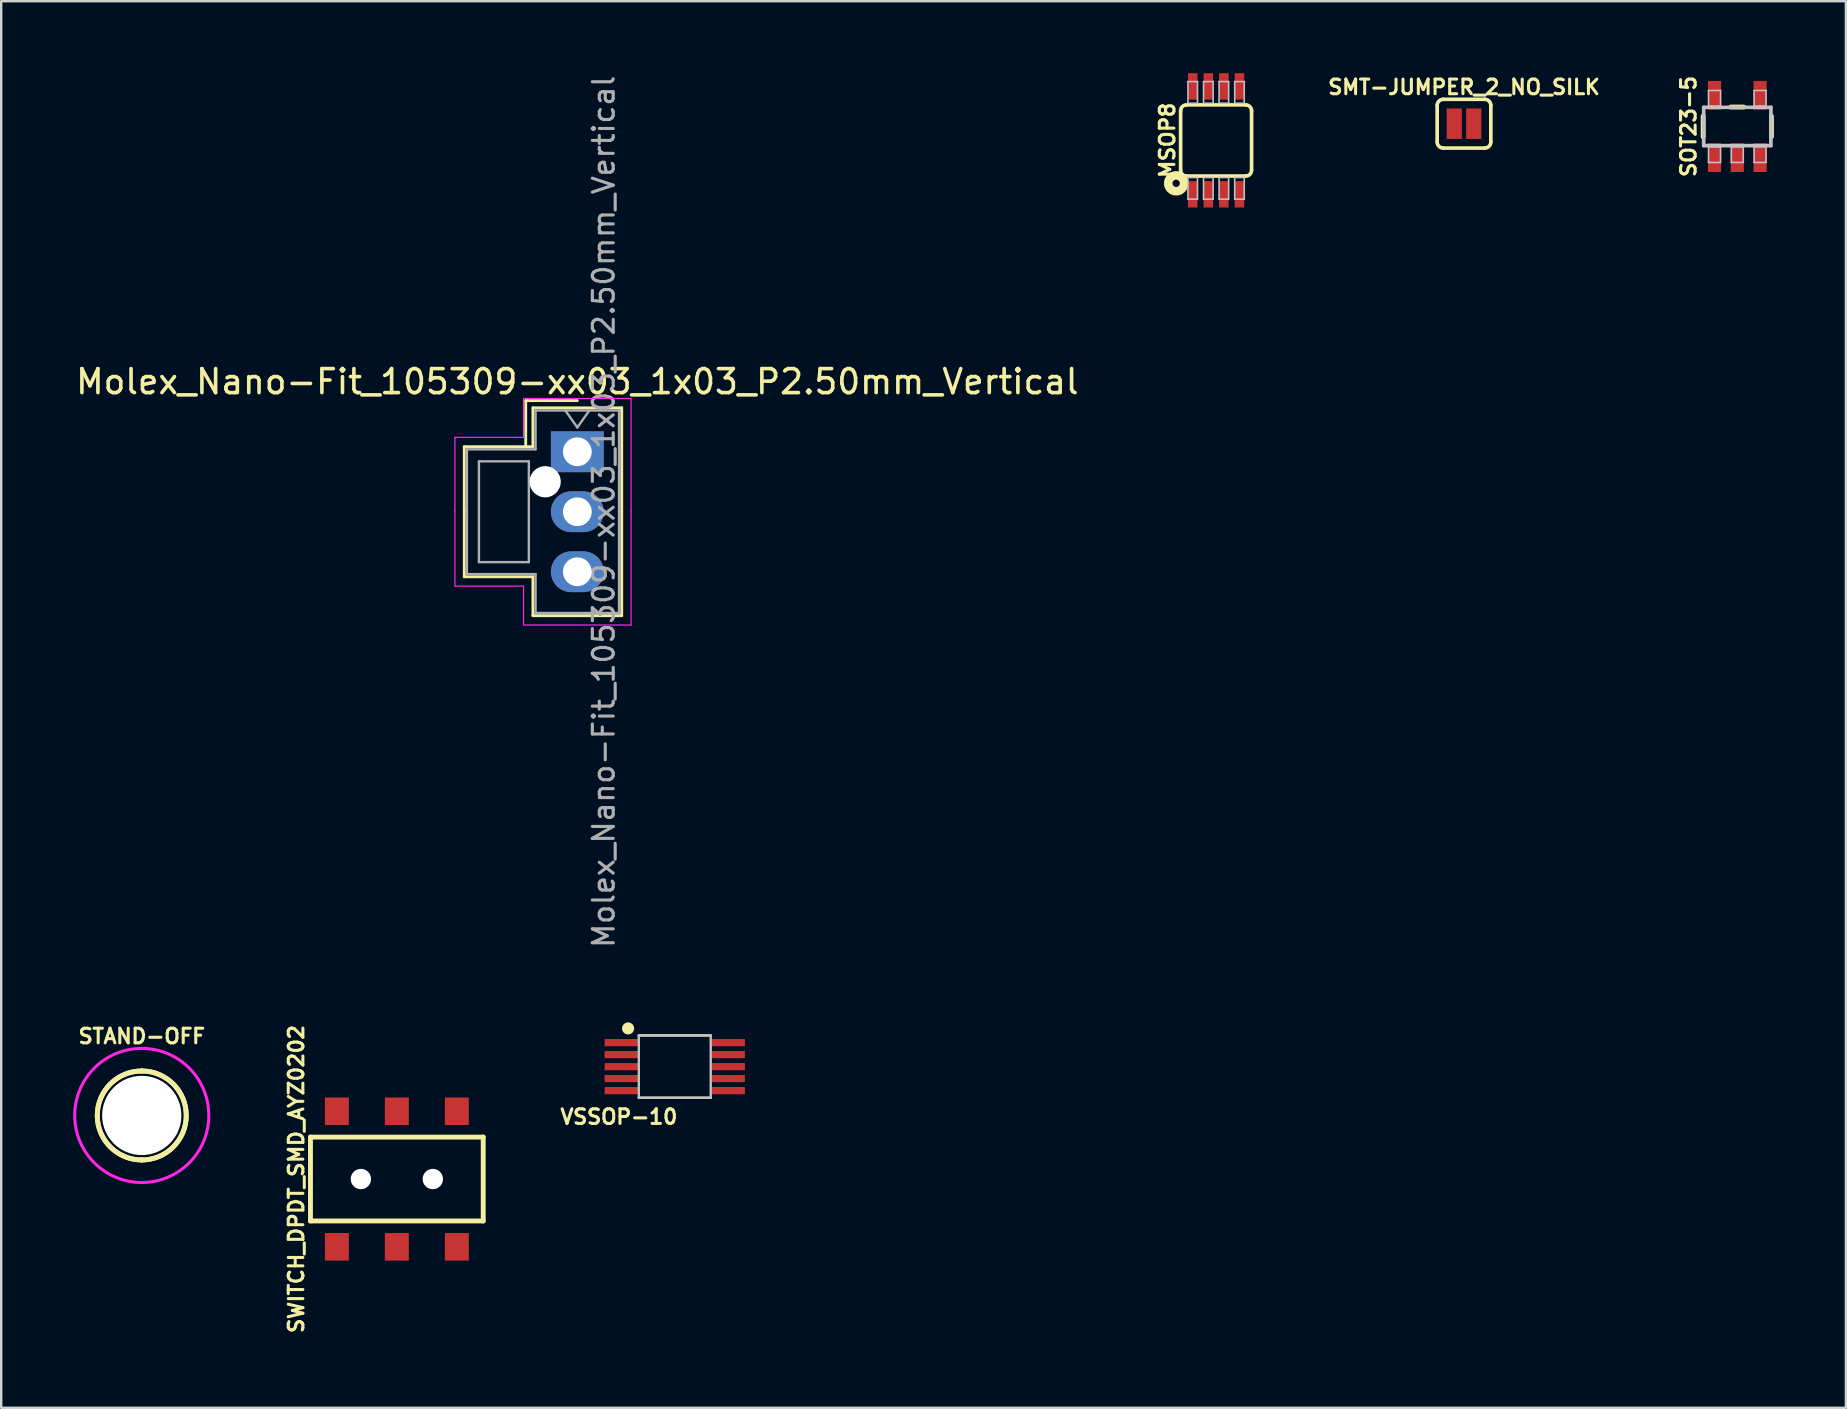
<source format=kicad_pcb>
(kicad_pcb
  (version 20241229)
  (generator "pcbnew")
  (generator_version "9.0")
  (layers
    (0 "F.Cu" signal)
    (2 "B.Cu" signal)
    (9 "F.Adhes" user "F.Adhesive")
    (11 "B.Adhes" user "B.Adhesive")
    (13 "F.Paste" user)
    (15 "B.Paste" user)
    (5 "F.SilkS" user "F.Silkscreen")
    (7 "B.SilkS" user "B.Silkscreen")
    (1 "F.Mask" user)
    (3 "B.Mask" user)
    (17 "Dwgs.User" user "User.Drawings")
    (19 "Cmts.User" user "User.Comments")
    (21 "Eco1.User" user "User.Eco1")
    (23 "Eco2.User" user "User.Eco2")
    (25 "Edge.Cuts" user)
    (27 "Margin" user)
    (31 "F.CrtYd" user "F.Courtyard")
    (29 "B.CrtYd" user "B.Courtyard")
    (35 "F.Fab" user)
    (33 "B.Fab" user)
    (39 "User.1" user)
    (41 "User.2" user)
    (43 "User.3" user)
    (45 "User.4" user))
  (footprint "STAND-OFF"
    (layer "F.Cu")
    (at 2.857 43.43)
    (property "Reference" "STAND-OFF" (at 0 -3.302 0) (layer "F.SilkS") (effects (font (size 0.61 0.61) (thickness 0.127))))
    (attr exclude_from_pos_files exclude_from_bom)
    (fp_arc (start 0 -1.8542) (mid 1.8542 0) (end 0 1.8542) (stroke (width 0.2032) (type solid)) (layer "F.SilkS"))
    (fp_arc (start 0 -1.8542) (mid 1.8542 0) (end 0 1.8542) (stroke (width 0.2032) (type solid)) (layer "F.SilkS"))
    (fp_arc (start 0 1.8542) (mid -1.8542 0) (end 0 -1.8542) (stroke (width 0.2032) (type solid)) (layer "F.SilkS"))
    (fp_arc (start 0 1.8542) (mid -1.8542 0) (end 0 -1.8542) (stroke (width 0.2032) (type solid)) (layer "F.SilkS"))
    (fp_circle (center 0 0) (end 0 -2.794) (stroke (width 0.127) (type solid)) (fill no) (layer "F.CrtYd"))
    (pad "" np_thru_hole circle (at 0 0) (size 3.302 3.302) (drill 3.302) (layers "*.Cu" "*.Mask")))
  (footprint "SOT23-5"
    (layer "F.Cu")
    (at 69.341 2.22)
    (property "Reference" "SOT23-5" (at -2.032 0 90) (layer "F.SilkS") (effects (font (size 0.61 0.61) (thickness 0.127))))
    (attr smd)
    (fp_line (start -1.422 0.429) (end -1.422 -0.429) (stroke (width 0.203) (type solid)) (layer "F.SilkS"))
    (fp_line (start -0.267 -0.81) (end 0.267 -0.81) (stroke (width 0.203) (type solid)) (layer "F.SilkS"))
    (fp_line (start 1.422 -0.429) (end 1.422 0.429) (stroke (width 0.203) (type solid)) (layer "F.SilkS"))
    (fp_line (start -1.4 -0.798) (end -1.4 0.798) (stroke (width 0.152) (type solid)) (layer "Dwgs.User"))
    (fp_line (start -1.4 -0.798) (end 1.4 -0.798) (stroke (width 0.152) (type solid)) (layer "Dwgs.User"))
    (fp_line (start -1.199 -1.499) (end -0.699 -1.499) (stroke (width 0.066) (type solid)) (layer "Dwgs.User"))
    (fp_line (start -1.199 -0.848) (end -1.199 -1.499) (stroke (width 0.066) (type solid)) (layer "Dwgs.User"))
    (fp_line (start -1.199 -0.848) (end -0.699 -0.848) (stroke (width 0.066) (type solid)) (layer "Dwgs.User"))
    (fp_line (start -1.199 0.848) (end -0.699 0.848) (stroke (width 0.066) (type solid)) (layer "Dwgs.User"))
    (fp_line (start -1.199 1.499) (end -1.199 0.848) (stroke (width 0.066) (type solid)) (layer "Dwgs.User"))
    (fp_line (start -1.199 1.499) (end -0.699 1.499) (stroke (width 0.066) (type solid)) (layer "Dwgs.User"))
    (fp_line (start -0.699 -0.848) (end -0.699 -1.499) (stroke (width 0.066) (type solid)) (layer "Dwgs.User"))
    (fp_line (start -0.699 1.499) (end -0.699 0.848) (stroke (width 0.066) (type solid)) (layer "Dwgs.User"))
    (fp_line (start -0.249 0.848) (end 0.249 0.848) (stroke (width 0.066) (type solid)) (layer "Dwgs.User"))
    (fp_line (start -0.249 1.499) (end -0.249 0.848) (stroke (width 0.066) (type solid)) (layer "Dwgs.User"))
    (fp_line (start -0.249 1.499) (end 0.249 1.499) (stroke (width 0.066) (type solid)) (layer "Dwgs.User"))
    (fp_line (start 0.249 1.499) (end 0.249 0.848) (stroke (width 0.066) (type solid)) (layer "Dwgs.User"))
    (fp_line (start 0.699 -1.499) (end 1.199 -1.499) (stroke (width 0.066) (type solid)) (layer "Dwgs.User"))
    (fp_line (start 0.699 -0.848) (end 0.699 -1.499) (stroke (width 0.066) (type solid)) (layer "Dwgs.User"))
    (fp_line (start 0.699 -0.848) (end 1.199 -0.848) (stroke (width 0.066) (type solid)) (layer "Dwgs.User"))
    (fp_line (start 0.699 0.848) (end 1.199 0.848) (stroke (width 0.066) (type solid)) (layer "Dwgs.User"))
    (fp_line (start 0.699 1.499) (end 0.699 0.848) (stroke (width 0.066) (type solid)) (layer "Dwgs.User"))
    (fp_line (start 0.699 1.499) (end 1.199 1.499) (stroke (width 0.066) (type solid)) (layer "Dwgs.User"))
    (fp_line (start 1.199 -0.848) (end 1.199 -1.499) (stroke (width 0.066) (type solid)) (layer "Dwgs.User"))
    (fp_line (start 1.199 1.499) (end 1.199 0.848) (stroke (width 0.066) (type solid)) (layer "Dwgs.User"))
    (fp_line (start 1.4 -0.798) (end 1.4 0.798) (stroke (width 0.152) (type solid)) (layer "Dwgs.User"))
    (fp_line (start 1.4 0.798) (end -1.4 0.798) (stroke (width 0.152) (type solid)) (layer "Dwgs.User"))
    (pad "1" smd rect (at -0.95 1.298) (size 0.549 1.199) (layers "F.Cu" "F.Mask" "F.Paste"))
    (pad "2" smd rect (at 0 1.298) (size 0.549 1.199) (layers "F.Cu" "F.Mask" "F.Paste"))
    (pad "3" smd rect (at 0.95 1.298) (size 0.549 1.199) (layers "F.Cu" "F.Mask" "F.Paste"))
    (pad "4" smd rect (at 0.95 -1.298) (size 0.549 1.199) (layers "F.Cu" "F.Mask" "F.Paste"))
    (pad "5" smd rect (at -0.95 -1.298) (size 0.549 1.199) (layers "F.Cu" "F.Mask" "F.Paste")))
  (footprint "VSSOP-10"
    (layer "F.Cu")
    (at 25.026 41.454)
    (property "Reference" "VSSOP-10" (at -2.286 2.032 0) (layer "F.SilkS") (effects (font (size 0.61 0.61) (thickness 0.127))))
    (attr smd)
    (fp_line (start -1.458 -1.359) (end 1.539 -1.359) (stroke (width 0.099) (type solid)) (layer "F.SilkS"))
    (fp_line (start -1.458 1.24) (end 1.539 1.24) (stroke (width 0.099) (type solid)) (layer "F.SilkS"))
    (fp_circle (center -1.905 -1.651) (end -1.778 -1.651) (stroke (width 0.254) (type solid)) (fill no) (layer "F.SilkS"))
    (fp_line (start -1.458 -1.359) (end -1.458 1.24) (stroke (width 0.099) (type solid)) (layer "Dwgs.User"))
    (fp_line (start -1.458 1.24) (end 1.539 1.24) (stroke (width 0.099) (type solid)) (layer "Dwgs.User"))
    (fp_line (start 1.539 -1.359) (end -1.458 -1.359) (stroke (width 0.099) (type solid)) (layer "Dwgs.User"))
    (fp_line (start 1.539 1.24) (end 1.539 -1.359) (stroke (width 0.099) (type solid)) (layer "Dwgs.User"))
    (pad "P$1" smd rect (at -2.159 -1.059) (size 1.448 0.3) (layers "F.Cu" "F.Mask" "F.Paste"))
    (pad "P$2" smd rect (at -2.159 -0.559) (size 1.448 0.3) (layers "F.Cu" "F.Mask" "F.Paste"))
    (pad "P$3" smd rect (at -2.159 -0.058) (size 1.448 0.3) (layers "F.Cu" "F.Mask" "F.Paste"))
    (pad "P$4" smd rect (at -2.159 0.439) (size 1.448 0.3) (layers "F.Cu" "F.Mask" "F.Paste"))
    (pad "P$5" smd rect (at -2.159 0.94) (size 1.448 0.3) (layers "F.Cu" "F.Mask" "F.Paste"))
    (pad "P$6" smd rect (at 2.24 0.94) (size 1.448 0.3) (layers "F.Cu" "F.Mask" "F.Paste"))
    (pad "P$7" smd rect (at 2.24 0.439) (size 1.448 0.3) (layers "F.Cu" "F.Mask" "F.Paste"))
    (pad "P$8" smd rect (at 2.24 -0.058) (size 1.448 0.3) (layers "F.Cu" "F.Mask" "F.Paste"))
    (pad "P$9" smd rect (at 2.24 -0.559) (size 1.448 0.3) (layers "F.Cu" "F.Mask" "F.Paste"))
    (pad "P$10" smd rect (at 2.24 -1.059) (size 1.448 0.3) (layers "F.Cu" "F.Mask" "F.Paste")))
  (footprint "SMT-JUMPER_2_NO_SILK"
    (layer "F.Cu")
    (at 57.953 2.104)
    (property "Reference" "SMT-JUMPER_2_NO_SILK" (at 0 -1.524 0) (layer "F.SilkS") (effects (font (size 0.61 0.61) (thickness 0.127))))
    (attr smd)
    (fp_line (start -1.118 0.762) (end -1.118 -0.762) (stroke (width 0.152) (type solid)) (layer "F.SilkS"))
    (fp_line (start -0.864 -1.016) (end 0.864 -1.016) (stroke (width 0.152) (type solid)) (layer "F.SilkS"))
    (fp_line (start 0.864 1.016) (end -0.864 1.016) (stroke (width 0.152) (type solid)) (layer "F.SilkS"))
    (fp_line (start 1.118 0.762) (end 1.118 -0.762) (stroke (width 0.152) (type solid)) (layer "F.SilkS"))
    (fp_arc (start -1.1176 -0.762) (mid -1.043205 -0.941605) (end -0.8636 -1.016) (stroke (width 0.1524) (type solid)) (layer "F.SilkS"))
    (fp_arc (start -0.8636 1.016) (mid -1.043205 0.941605) (end -1.1176 0.762) (stroke (width 0.1524) (type solid)) (layer "F.SilkS"))
    (fp_arc (start 0.8636 -1.016) (mid 1.043205 -0.941605) (end 1.1176 -0.762) (stroke (width 0.1524) (type solid)) (layer "F.SilkS"))
    (fp_arc (start 1.1176 0.762) (mid 1.043205 0.941605) (end 0.8636 1.016) (stroke (width 0.1524) (type solid)) (layer "F.SilkS"))
    (pad "1" smd rect (at -0.406 0) (size 0.635 1.27) (layers "F.Cu" "F.Mask"))
    (pad "2" smd rect (at 0.406 0) (size 0.635 1.27) (layers "F.Cu" "F.Mask")))
  (footprint "Molex_Nano-Fit_105309-xx03_1x03_P2.50mm_Vertical"
    (layer "F.Cu")
    (at 21.006 15.774)
    (property "Reference" "Molex_Nano-Fit_105309-xx03_1x03_P2.50mm_Vertical" (at 0 -2.92 0) (layer "F.SilkS") (effects (font (size 1 1) (thickness 0.15))))
    (attr through_hole)
    (fp_line (start -4.71 -0.21) (end -4.71 2.5) (stroke (width 0.12) (type solid)) (layer "F.SilkS"))
    (fp_line (start -4.71 5.21) (end -4.71 2.5) (stroke (width 0.12) (type solid)) (layer "F.SilkS"))
    (fp_line (start -2.15 -2.13) (end -2.15 -0.21) (stroke (width 0.12) (type solid)) (layer "F.SilkS"))
    (fp_line (start -1.85 -1.83) (end -1.85 -0.21) (stroke (width 0.12) (type solid)) (layer "F.SilkS"))
    (fp_line (start -1.85 -0.21) (end -4.71 -0.21) (stroke (width 0.12) (type solid)) (layer "F.SilkS"))
    (fp_line (start -1.85 5.21) (end -4.71 5.21) (stroke (width 0.12) (type solid)) (layer "F.SilkS"))
    (fp_line (start -1.85 6.83) (end -1.85 5.21) (stroke (width 0.12) (type solid)) (layer "F.SilkS"))
    (fp_line (start 0 -2.13) (end -2.15 -2.13) (stroke (width 0.12) (type solid)) (layer "F.SilkS"))
    (fp_line (start 1.85 -1.83) (end -1.85 -1.83) (stroke (width 0.12) (type solid)) (layer "F.SilkS"))
    (fp_line (start 1.85 2.5) (end 1.85 -1.83) (stroke (width 0.12) (type solid)) (layer "F.SilkS"))
    (fp_line (start 1.85 2.5) (end 1.85 6.83) (stroke (width 0.12) (type solid)) (layer "F.SilkS"))
    (fp_line (start 1.85 6.83) (end -1.85 6.83) (stroke (width 0.12) (type solid)) (layer "F.SilkS"))
    (fp_line (start -5.1 -0.6) (end -5.1 2.5) (stroke (width 0.05) (type solid)) (layer "F.CrtYd"))
    (fp_line (start -5.1 5.6) (end -5.1 2.5) (stroke (width 0.05) (type solid)) (layer "F.CrtYd"))
    (fp_line (start -2.24 -2.22) (end -2.24 -0.6) (stroke (width 0.05) (type solid)) (layer "F.CrtYd"))
    (fp_line (start -2.24 -0.6) (end -5.1 -0.6) (stroke (width 0.05) (type solid)) (layer "F.CrtYd"))
    (fp_line (start -2.24 5.6) (end -5.1 5.6) (stroke (width 0.05) (type solid)) (layer "F.CrtYd"))
    (fp_line (start -2.24 7.22) (end -2.24 5.6) (stroke (width 0.05) (type solid)) (layer "F.CrtYd"))
    (fp_line (start 2.24 -2.22) (end -2.24 -2.22) (stroke (width 0.05) (type solid)) (layer "F.CrtYd"))
    (fp_line (start 2.24 2.5) (end 2.24 -2.22) (stroke (width 0.05) (type solid)) (layer "F.CrtYd"))
    (fp_line (start 2.24 2.5) (end 2.24 7.22) (stroke (width 0.05) (type solid)) (layer "F.CrtYd"))
    (fp_line (start 2.24 7.22) (end -2.24 7.22) (stroke (width 0.05) (type solid)) (layer "F.CrtYd"))
    (fp_line (start -4.6 -0.1) (end -4.6 2.5) (stroke (width 0.1) (type solid)) (layer "F.Fab"))
    (fp_line (start -4.6 5.1) (end -4.6 2.5) (stroke (width 0.1) (type solid)) (layer "F.Fab"))
    (fp_line (start -4.1 0.4) (end -4.1 4.6) (stroke (width 0.1) (type solid)) (layer "F.Fab"))
    (fp_line (start -4.1 4.6) (end -2.02 4.6) (stroke (width 0.1) (type solid)) (layer "F.Fab"))
    (fp_line (start -2.02 0.4) (end -4.1 0.4) (stroke (width 0.1) (type solid)) (layer "F.Fab"))
    (fp_line (start -2.02 4.6) (end -2.02 0.4) (stroke (width 0.1) (type solid)) (layer "F.Fab"))
    (fp_line (start -1.74 -1.72) (end -1.74 -0.1) (stroke (width 0.1) (type solid)) (layer "F.Fab"))
    (fp_line (start -1.74 -0.1) (end -4.6 -0.1) (stroke (width 0.1) (type solid)) (layer "F.Fab"))
    (fp_line (start -1.74 5.1) (end -4.6 5.1) (stroke (width 0.1) (type solid)) (layer "F.Fab"))
    (fp_line (start -1.74 6.72) (end -1.74 5.1) (stroke (width 0.1) (type solid)) (layer "F.Fab"))
    (fp_line (start -0.5 -1.72) (end 0 -1.013) (stroke (width 0.1) (type solid)) (layer "F.Fab"))
    (fp_line (start 0 -1.013) (end 0.5 -1.72) (stroke (width 0.1) (type solid)) (layer "F.Fab"))
    (fp_line (start 1.74 -1.72) (end -1.74 -1.72) (stroke (width 0.1) (type solid)) (layer "F.Fab"))
    (fp_line (start 1.74 2.5) (end 1.74 -1.72) (stroke (width 0.1) (type solid)) (layer "F.Fab"))
    (fp_line (start 1.74 2.5) (end 1.74 6.72) (stroke (width 0.1) (type solid)) (layer "F.Fab"))
    (fp_line (start 1.74 6.72) (end -1.74 6.72) (stroke (width 0.1) (type solid)) (layer "F.Fab"))
    (fp_text user "${REFERENCE}" (at 1.1 2.5 90) (layer "F.Fab") (effects (font (size 0.87 0.87) (thickness 0.13))))
    (pad "" np_thru_hole circle (at -1.34 1.25) (size 1.3 1.3) (drill 1.3) (layers "*.Cu" "*.Mask"))
    (pad "1" thru_hole rect (at 0 0) (size 2.2 1.7) (drill 1.2) (layers "*.Cu" "*.Mask"))
    (pad "2" thru_hole oval (at 0 2.5) (size 2.2 1.7) (drill 1.2) (layers "*.Cu" "*.Mask"))
    (pad "3" thru_hole oval (at 0 5) (size 2.2 1.7) (drill 1.2) (layers "*.Cu" "*.Mask")))
  (footprint "MSOP8"
    (layer "F.Cu")
    (at 47.623 2.798)
    (property "Reference" "MSOP8" (at -2.032 0 90) (layer "F.SilkS") (effects (font (size 0.61 0.61) (thickness 0.127))))
    (attr smd)
    (fp_line (start -1.478 -1.229) (end -1.478 1.229) (stroke (width 0.152) (type solid)) (layer "F.SilkS"))
    (fp_line (start -1.219 -1.478) (end 1.24 -1.478) (stroke (width 0.152) (type solid)) (layer "F.SilkS"))
    (fp_line (start 1.24 1.488) (end -1.219 1.488) (stroke (width 0.152) (type solid)) (layer "F.SilkS"))
    (fp_line (start 1.478 1.24) (end 1.478 -1.229) (stroke (width 0.152) (type solid)) (layer "F.SilkS"))
    (fp_arc (start -1.47828 -1.22936) (mid -1.405373 -1.405373) (end -1.22936 -1.47828) (stroke (width 0.1524) (type solid)) (layer "F.SilkS"))
    (fp_arc (start -1.22936 1.48844) (mid -1.405373 1.415533) (end -1.47828 1.23952) (stroke (width 0.1524) (type solid)) (layer "F.SilkS"))
    (fp_arc (start 1.22936 -1.47828) (mid 1.405373 -1.405373) (end 1.47828 -1.22936) (stroke (width 0.1524) (type solid)) (layer "F.SilkS"))
    (fp_arc (start 1.47828 1.23952) (mid 1.405373 1.415533) (end 1.22936 1.48844) (stroke (width 0.1524) (type solid)) (layer "F.SilkS"))
    (fp_circle (center -1.664 1.791) (end -1.664 1.638) (stroke (width 0.356) (type solid)) (fill no) (layer "F.SilkS"))
    (fp_line (start -1.173 -2.449) (end -0.775 -2.449) (stroke (width 0.066) (type solid)) (layer "Dwgs.User"))
    (fp_line (start -1.173 -1.549) (end -1.173 -2.449) (stroke (width 0.066) (type solid)) (layer "Dwgs.User"))
    (fp_line (start -1.173 -1.549) (end -0.775 -1.549) (stroke (width 0.066) (type solid)) (layer "Dwgs.User"))
    (fp_line (start -1.173 1.549) (end -0.775 1.549) (stroke (width 0.066) (type solid)) (layer "Dwgs.User"))
    (fp_line (start -1.173 2.449) (end -1.173 1.549) (stroke (width 0.066) (type solid)) (layer "Dwgs.User"))
    (fp_line (start -1.173 2.449) (end -0.775 2.449) (stroke (width 0.066) (type solid)) (layer "Dwgs.User"))
    (fp_line (start -0.775 -1.549) (end -0.775 -2.449) (stroke (width 0.066) (type solid)) (layer "Dwgs.User"))
    (fp_line (start -0.775 2.449) (end -0.775 1.549) (stroke (width 0.066) (type solid)) (layer "Dwgs.User"))
    (fp_line (start -0.523 -2.449) (end -0.124 -2.449) (stroke (width 0.066) (type solid)) (layer "Dwgs.User"))
    (fp_line (start -0.523 -1.549) (end -0.523 -2.449) (stroke (width 0.066) (type solid)) (layer "Dwgs.User"))
    (fp_line (start -0.523 -1.549) (end -0.124 -1.549) (stroke (width 0.066) (type solid)) (layer "Dwgs.User"))
    (fp_line (start -0.523 1.549) (end -0.124 1.549) (stroke (width 0.066) (type solid)) (layer "Dwgs.User"))
    (fp_line (start -0.523 2.449) (end -0.523 1.549) (stroke (width 0.066) (type solid)) (layer "Dwgs.User"))
    (fp_line (start -0.523 2.449) (end -0.124 2.449) (stroke (width 0.066) (type solid)) (layer "Dwgs.User"))
    (fp_line (start -0.124 -1.549) (end -0.124 -2.449) (stroke (width 0.066) (type solid)) (layer "Dwgs.User"))
    (fp_line (start -0.124 2.449) (end -0.124 1.549) (stroke (width 0.066) (type solid)) (layer "Dwgs.User"))
    (fp_line (start 0.124 -2.449) (end 0.523 -2.449) (stroke (width 0.066) (type solid)) (layer "Dwgs.User"))
    (fp_line (start 0.124 -1.549) (end 0.124 -2.449) (stroke (width 0.066) (type solid)) (layer "Dwgs.User"))
    (fp_line (start 0.124 -1.549) (end 0.523 -1.549) (stroke (width 0.066) (type solid)) (layer "Dwgs.User"))
    (fp_line (start 0.124 1.549) (end 0.523 1.549) (stroke (width 0.066) (type solid)) (layer "Dwgs.User"))
    (fp_line (start 0.124 2.449) (end 0.124 1.549) (stroke (width 0.066) (type solid)) (layer "Dwgs.User"))
    (fp_line (start 0.124 2.449) (end 0.523 2.449) (stroke (width 0.066) (type solid)) (layer "Dwgs.User"))
    (fp_line (start 0.523 -1.549) (end 0.523 -2.449) (stroke (width 0.066) (type solid)) (layer "Dwgs.User"))
    (fp_line (start 0.523 2.449) (end 0.523 1.549) (stroke (width 0.066) (type solid)) (layer "Dwgs.User"))
    (fp_line (start 0.775 -2.449) (end 1.173 -2.449) (stroke (width 0.066) (type solid)) (layer "Dwgs.User"))
    (fp_line (start 0.775 -1.549) (end 0.775 -2.449) (stroke (width 0.066) (type solid)) (layer "Dwgs.User"))
    (fp_line (start 0.775 -1.549) (end 1.173 -1.549) (stroke (width 0.066) (type solid)) (layer "Dwgs.User"))
    (fp_line (start 0.775 1.549) (end 1.173 1.549) (stroke (width 0.066) (type solid)) (layer "Dwgs.User"))
    (fp_line (start 0.775 2.449) (end 0.775 1.549) (stroke (width 0.066) (type solid)) (layer "Dwgs.User"))
    (fp_line (start 0.775 2.449) (end 1.173 2.449) (stroke (width 0.066) (type solid)) (layer "Dwgs.User"))
    (fp_line (start 1.173 -1.549) (end 1.173 -2.449) (stroke (width 0.066) (type solid)) (layer "Dwgs.User"))
    (fp_line (start 1.173 2.449) (end 1.173 1.549) (stroke (width 0.066) (type solid)) (layer "Dwgs.User"))
    (pad "1" smd rect (at -0.973 2.248) (size 0.399 1.1) (layers "F.Cu" "F.Mask" "F.Paste"))
    (pad "2" smd rect (at -0.323 2.248) (size 0.399 1.1) (layers "F.Cu" "F.Mask" "F.Paste"))
    (pad "3" smd rect (at 0.323 2.248) (size 0.399 1.1) (layers "F.Cu" "F.Mask" "F.Paste"))
    (pad "4" smd rect (at 0.973 2.248) (size 0.399 1.1) (layers "F.Cu" "F.Mask" "F.Paste"))
    (pad "5" smd rect (at 0.973 -2.248) (size 0.399 1.1) (layers "F.Cu" "F.Mask" "F.Paste"))
    (pad "6" smd rect (at 0.323 -2.248) (size 0.399 1.1) (layers "F.Cu" "F.Mask" "F.Paste"))
    (pad "7" smd rect (at -0.323 -2.248) (size 0.399 1.1) (layers "F.Cu" "F.Mask" "F.Paste"))
    (pad "8" smd rect (at -0.973 -2.248) (size 0.399 1.1) (layers "F.Cu" "F.Mask" "F.Paste")))
  (footprint "SWITCH_DPDT_SMD_AYZ0202"
    (layer "F.Cu")
    (at 13.486 46.079)
    (property "Reference" "SWITCH_DPDT_SMD_AYZ0202" (at -4.191 0 90) (layer "F.SilkS") (effects (font (size 0.61 0.61) (thickness 0.127))))
    (attr smd)
    (fp_line (start -3.599 -1.748) (end -3.599 1.748) (stroke (width 0.203) (type solid)) (layer "F.SilkS"))
    (fp_line (start -3.599 1.748) (end 3.599 1.748) (stroke (width 0.203) (type solid)) (layer "F.SilkS"))
    (fp_line (start 3.599 -1.748) (end -3.599 -1.748) (stroke (width 0.203) (type solid)) (layer "F.SilkS"))
    (fp_line (start 3.599 1.748) (end 3.599 -1.748) (stroke (width 0.203) (type solid)) (layer "F.SilkS"))
    (pad "" np_thru_hole circle (at -1.499 0) (size 0.848 0.848) (drill 0.848) (layers "*.Cu" "*.Mask"))
    (pad "" np_thru_hole circle (at 1.499 0) (size 0.848 0.848) (drill 0.848) (layers "*.Cu" "*.Mask"))
    (pad "1" smd rect (at -2.499 -2.824) (size 0.998 1.148) (layers "F.Cu" "F.Mask" "F.Paste"))
    (pad "2" smd rect (at 0 -2.824) (size 0.998 1.148) (layers "F.Cu" "F.Mask" "F.Paste"))
    (pad "3" smd rect (at 2.499 -2.824) (size 0.998 1.148) (layers "F.Cu" "F.Mask" "F.Paste"))
    (pad "4" smd rect (at -2.499 2.824) (size 0.998 1.148) (layers "F.Cu" "F.Mask" "F.Paste"))
    (pad "5" smd rect (at 0 2.824) (size 0.998 1.148) (layers "F.Cu" "F.Mask" "F.Paste"))
    (pad "6" smd rect (at 2.499 2.824) (size 0.998 1.148) (layers "F.Cu" "F.Mask" "F.Paste")))
  (gr_rect
    (start -3 -3)
    (end 73.865 55.61)
    (stroke (width 0.1) (type default))
    (fill no)
    (layer "Edge.Cuts")))
</source>
